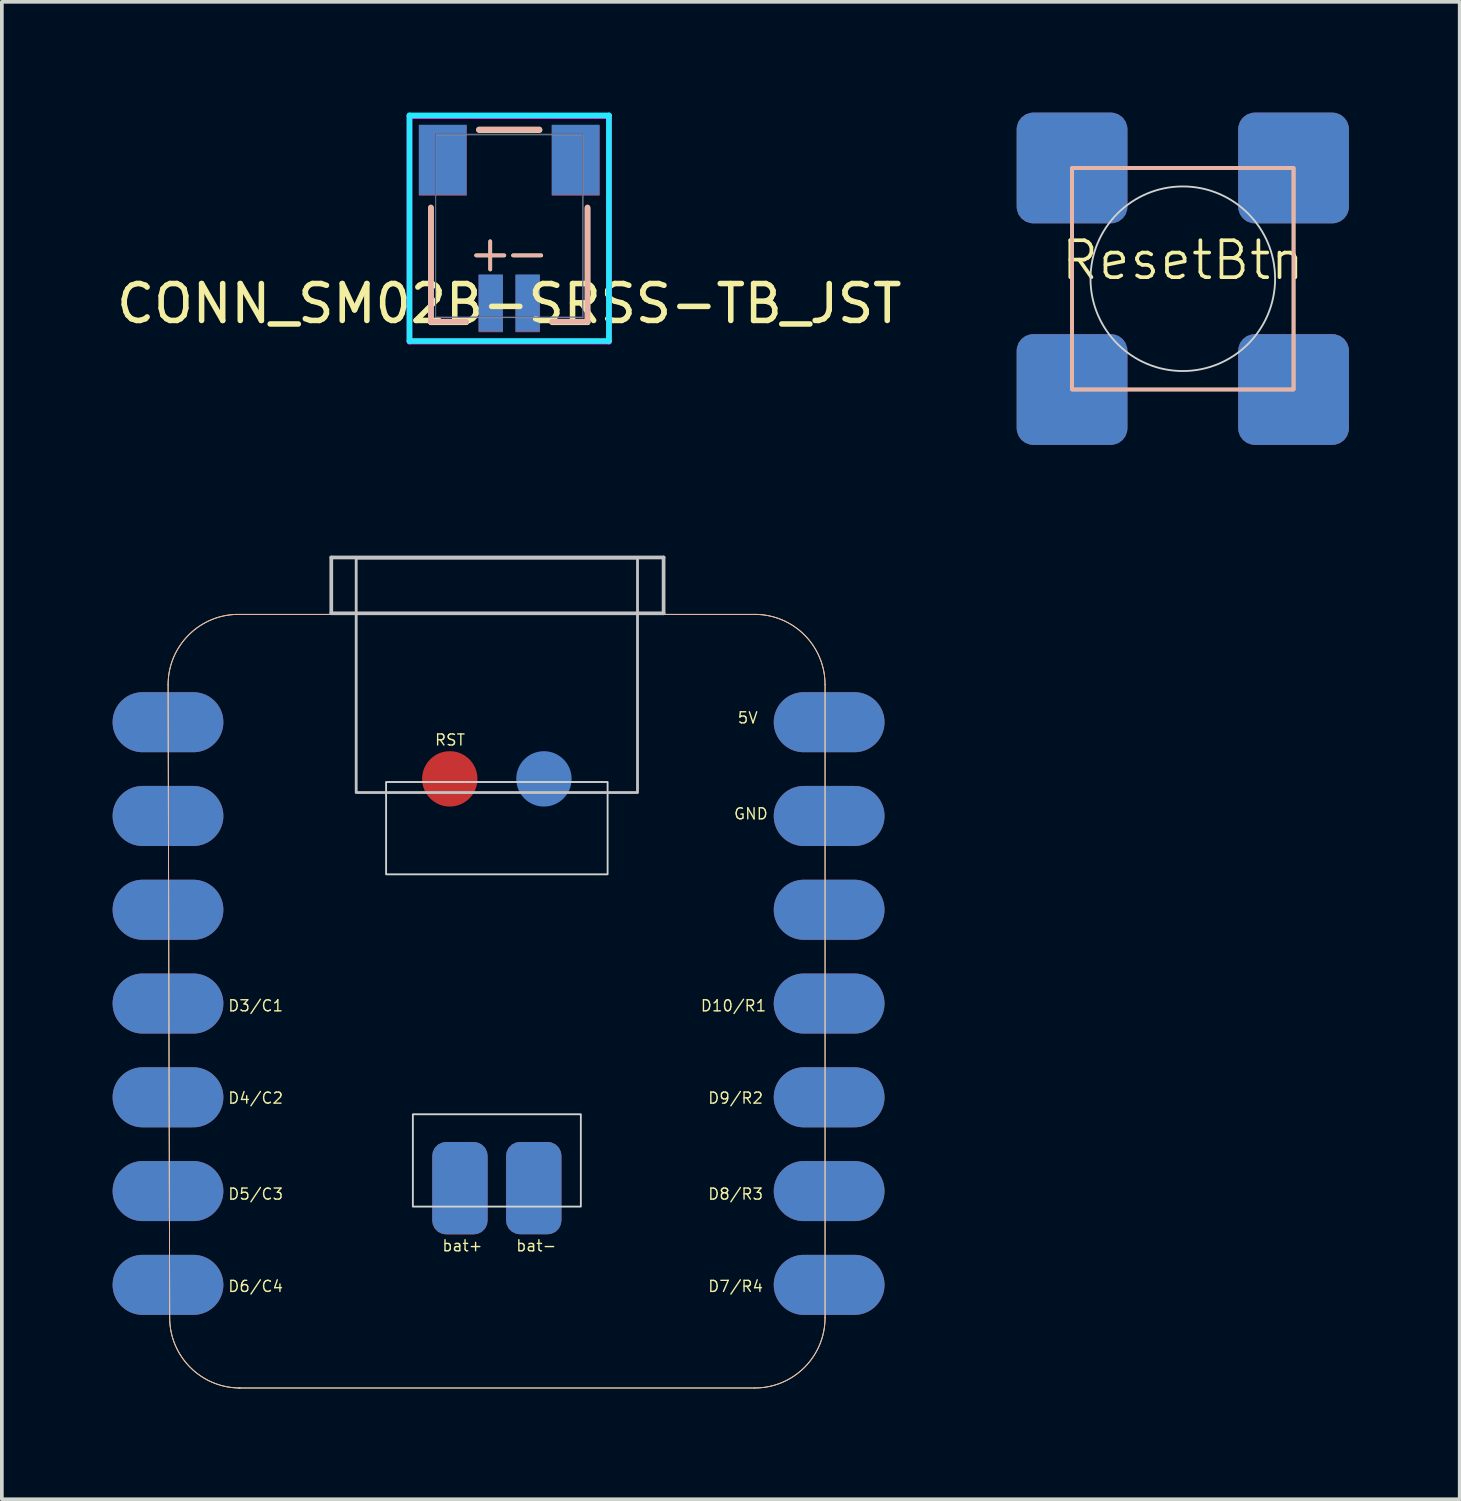
<source format=kicad_pcb>
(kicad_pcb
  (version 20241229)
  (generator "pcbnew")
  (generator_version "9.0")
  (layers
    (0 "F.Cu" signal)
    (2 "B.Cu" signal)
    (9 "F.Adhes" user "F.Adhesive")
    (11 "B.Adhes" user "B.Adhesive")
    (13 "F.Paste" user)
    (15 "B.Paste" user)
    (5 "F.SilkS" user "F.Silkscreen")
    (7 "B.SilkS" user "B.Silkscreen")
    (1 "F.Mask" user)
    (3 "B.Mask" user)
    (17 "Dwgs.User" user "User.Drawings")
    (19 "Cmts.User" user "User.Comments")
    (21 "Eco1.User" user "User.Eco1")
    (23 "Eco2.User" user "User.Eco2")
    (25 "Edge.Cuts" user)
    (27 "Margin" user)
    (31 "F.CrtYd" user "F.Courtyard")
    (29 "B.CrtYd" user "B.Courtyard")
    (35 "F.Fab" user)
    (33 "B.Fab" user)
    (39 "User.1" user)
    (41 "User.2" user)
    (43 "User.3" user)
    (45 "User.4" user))
  (footprint "seeed-xiao-nRF54L15"
    (layer "F.Cu")
    (at 10.408 24.068)
    (property "Reference" "seeed-xiao-nRF54L15" (at 0.952 9.64 180) (unlocked yes) (layer "User.4") (effects (font (size 0.203 0.254) (thickness 0.051))))
    (attr smd)
    (fp_line (start -8.862 8.573) (end -8.905 -8.572) (stroke (width 0.025) (type solid)) (layer "F.SilkS"))
    (fp_line (start -6.985 10.478) (end 6.985 10.478) (stroke (width 0.025) (type solid)) (layer "F.SilkS"))
    (fp_line (start 6.985 -10.477) (end -6.985 -10.477) (stroke (width 0.025) (type solid)) (layer "F.SilkS"))
    (fp_line (start 8.89 8.573) (end 8.89 -8.572) (stroke (width 0.025) (type solid)) (layer "F.SilkS"))
    (fp_arc (start -8.904962 -8.572038) (mid -8.347 -9.919076) (end -6.999962 -10.477038) (stroke (width 0.0254) (type solid)) (layer "F.SilkS"))
    (fp_arc (start -6.956962 10.477962) (mid -8.304 9.92) (end -8.861962 8.572962) (stroke (width 0.0254) (type solid)) (layer "F.SilkS"))
    (fp_arc (start 6.985038 -10.477038) (mid 8.332076 -9.919076) (end 8.890038 -8.572038) (stroke (width 0.0254) (type solid)) (layer "F.SilkS"))
    (fp_arc (start 8.890038 8.572962) (mid 8.332076 9.92) (end 6.985038 10.477962) (stroke (width 0.0254) (type solid)) (layer "F.SilkS"))
    (fp_line (start -8.862 8.573) (end -8.905 -8.572) (stroke (width 0.025) (type solid)) (layer "B.SilkS"))
    (fp_line (start -6.985 10.478) (end 6.985 10.478) (stroke (width 0.025) (type solid)) (layer "B.SilkS"))
    (fp_line (start 6.985 -10.477) (end -6.985 -10.477) (stroke (width 0.025) (type solid)) (layer "B.SilkS"))
    (fp_line (start 8.89 8.573) (end 8.89 -8.572) (stroke (width 0.025) (type solid)) (layer "B.SilkS"))
    (fp_arc (start -8.904962 -8.572038) (mid -8.347 -9.919076) (end -6.999962 -10.477038) (stroke (width 0.0254) (type solid)) (layer "B.SilkS"))
    (fp_arc (start -6.956962 10.477962) (mid -8.304 9.92) (end -8.861962 8.572962) (stroke (width 0.0254) (type solid)) (layer "B.SilkS"))
    (fp_arc (start 6.985038 -10.477038) (mid 8.332076 -9.919076) (end 8.890038 -8.572038) (stroke (width 0.0254) (type solid)) (layer "B.SilkS"))
    (fp_arc (start 8.890038 8.572962) (mid 8.332076 9.92) (end 6.985038 10.477962) (stroke (width 0.0254) (type solid)) (layer "B.SilkS"))
    (fp_line (start -4.485 -12.018) (end 4.516 -12.018) (stroke (width 0.1) (type solid)) (layer "Dwgs.User"))
    (fp_line (start -4.485 -10.516) (end -4.485 -12.018) (stroke (width 0.1) (type solid)) (layer "Dwgs.User"))
    (fp_line (start 4.516 -12.018) (end 4.516 -10.506) (stroke (width 0.1) (type solid)) (layer "Dwgs.User"))
    (fp_line (start 4.516 -10.506) (end -4.485 -10.506) (stroke (width 0.1) (type solid)) (layer "Dwgs.User"))
    (fp_rect (start -3.81 -12.001) (end 3.81 -5.651) (stroke (width 0.076) (type default)) (fill no) (layer "Dwgs.User"))
    (fp_rect (start -3 -5.936) (end 3 -3.436) (stroke (width 0.05) (type default)) (fill no) (layer "Edge.Cuts"))
    (fp_rect (start -2.275 3.064) (end 2.275 5.564) (stroke (width 0.05) (type default)) (fill no) (layer "Edge.Cuts"))
    (fp_circle (center -8.5 7.684) (end -8.5 7.557) (stroke (width 0.025) (type default)) (fill no) (layer "User.1"))
    (fp_circle (center 7.62 -7.556) (end 7.62 -7.429) (stroke (width 0.025) (type default)) (fill no) (layer "User.1"))
    (fp_text user "5V" (at 6.5 -7.5 0) (unlocked yes) (layer "F.SilkS") (effects (font (size 0.3 0.3) (thickness 0.037)) (justify left bottom)))
    (fp_text user "D6/C4" (at -7.3 7.9 0) (unlocked yes) (layer "F.SilkS") (effects (font (size 0.3 0.3) (thickness 0.037)) (justify left bottom)))
    (fp_text user "RST" (at -1.7 -6.9 0) (unlocked yes) (layer "F.SilkS") (effects (font (size 0.3 0.3) (thickness 0.037)) (justify left bottom)))
    (fp_text user "bat-" (at 0.5 6.8 0) (unlocked yes) (layer "F.SilkS") (effects (font (size 0.3 0.3) (thickness 0.037)) (justify left bottom)))
    (fp_text user "D3/C1" (at -7.3 0.3 0) (unlocked yes) (layer "F.SilkS") (effects (font (size 0.3 0.3) (thickness 0.037)) (justify left bottom)))
    (fp_text user "GND" (at 6.4 -4.9 0) (unlocked yes) (layer "F.SilkS") (effects (font (size 0.3 0.3) (thickness 0.037)) (justify left bottom)))
    (fp_text user "D8/R3" (at 5.7 5.4 0) (unlocked yes) (layer "F.SilkS") (effects (font (size 0.3 0.3) (thickness 0.037)) (justify left bottom)))
    (fp_text user "D7/R4" (at 5.7 7.9 0) (unlocked yes) (layer "F.SilkS") (effects (font (size 0.3 0.3) (thickness 0.037)) (justify left bottom)))
    (fp_text user "D10/R1" (at 5.5 0.3 0) (unlocked yes) (layer "F.SilkS") (effects (font (size 0.3 0.3) (thickness 0.037)) (justify left bottom)))
    (fp_text user "D9/R2" (at 5.7 2.8 0) (unlocked yes) (layer "F.SilkS") (effects (font (size 0.3 0.3) (thickness 0.037)) (justify left bottom)))
    (fp_text user "D5/C3" (at -7.3 5.4 0) (unlocked yes) (layer "F.SilkS") (effects (font (size 0.3 0.3) (thickness 0.037)) (justify left bottom)))
    (fp_text user "D4/C2" (at -7.3 2.8 0) (unlocked yes) (layer "F.SilkS") (effects (font (size 0.3 0.3) (thickness 0.037)) (justify left bottom)))
    (fp_text user "bat+" (at -1.5 6.8 0) (unlocked yes) (layer "F.SilkS") (effects (font (size 0.3 0.3) (thickness 0.037)) (justify left bottom)))
    (pad "1" smd oval (at -8.908 -7.556 90) (size 1.626 3) (layers "F.Cu" "F.Mask" "F.Paste"))
    (pad "1" smd oval (at -8.908 -7.556 90) (size 1.626 3) (layers "B.Cu" "B.Mask" "B.Paste"))
    (pad "2" smd oval (at -8.908 -5.016 90) (size 1.626 3) (layers "F.Cu" "F.Mask" "F.Paste"))
    (pad "2" smd oval (at -8.908 -5.016 90) (size 1.626 3) (layers "B.Cu" "B.Mask" "B.Paste"))
    (pad "3" smd oval (at -8.908 -2.476 90) (size 1.626 3) (layers "F.Cu" "F.Mask" "F.Paste"))
    (pad "3" smd oval (at -8.908 -2.476 90) (size 1.626 3) (layers "B.Cu" "B.Mask" "B.Paste"))
    (pad "4" smd oval (at -8.908 0.064 90) (size 1.626 3) (layers "F.Cu" "F.Mask" "F.Paste"))
    (pad "4" smd oval (at -8.908 0.064 90) (size 1.626 3) (layers "B.Cu" "B.Mask" "B.Paste"))
    (pad "5" smd oval (at -8.908 2.604 90) (size 1.626 3) (layers "F.Cu" "F.Mask" "F.Paste"))
    (pad "5" smd oval (at -8.908 2.604 90) (size 1.626 3) (layers "B.Cu" "B.Mask" "B.Paste"))
    (pad "6" smd oval (at -8.908 5.144 90) (size 1.626 3) (layers "F.Cu" "F.Mask" "F.Paste"))
    (pad "6" smd oval (at -8.908 5.144 90) (size 1.626 3) (layers "B.Cu" "B.Mask" "B.Paste"))
    (pad "7" smd oval (at -8.908 7.684 90) (size 1.626 3) (layers "F.Cu" "F.Mask" "F.Paste"))
    (pad "7" smd oval (at -8.908 7.684 90) (size 1.626 3) (layers "B.Cu" "B.Mask" "B.Paste"))
    (pad "8" smd oval (at 9 7.684 270) (size 1.626 3) (layers "F.Cu" "F.Mask" "F.Paste"))
    (pad "8" smd oval (at 9 7.684 270) (size 1.626 3) (layers "B.Cu" "B.Mask" "B.Paste"))
    (pad "9" smd oval (at 9 5.144 270) (size 1.626 3) (layers "F.Cu" "F.Mask" "F.Paste"))
    (pad "9" smd oval (at 9 5.144 270) (size 1.626 3) (layers "B.Cu" "B.Mask" "B.Paste"))
    (pad "10" smd oval (at 9 2.604 270) (size 1.626 3) (layers "F.Cu" "F.Mask" "F.Paste"))
    (pad "10" smd oval (at 9 2.604 270) (size 1.626 3) (layers "B.Cu" "B.Mask" "B.Paste"))
    (pad "11" smd oval (at 9 0.064 270) (size 1.626 3) (layers "F.Cu" "F.Mask" "F.Paste"))
    (pad "11" smd oval (at 9 0.064 270) (size 1.626 3) (layers "B.Cu" "B.Mask" "B.Paste"))
    (pad "12" smd oval (at 9 -2.476 270) (size 1.626 3) (layers "F.Cu" "F.Mask" "F.Paste"))
    (pad "12" smd oval (at 9 -2.476 270) (size 1.626 3) (layers "B.Cu" "B.Mask" "B.Paste"))
    (pad "13" smd oval (at 9 -5.016 270) (size 1.626 3) (layers "F.Cu" "F.Mask" "F.Paste"))
    (pad "13" smd oval (at 9 -5.016 270) (size 1.626 3) (layers "B.Cu" "B.Mask" "B.Paste"))
    (pad "14" smd oval (at 9 -7.556 270) (size 1.626 3) (layers "F.Cu" "F.Mask" "F.Paste"))
    (pad "14" smd oval (at 9 -7.556 270) (size 1.626 3) (layers "B.Cu" "B.Mask" "B.Paste"))
    (pad "15" smd roundrect (at 1 5.064 270) (size 2.5 1.5) (layers "F.Cu" "F.Mask" "F.Paste") (roundrect_rratio 0.25))
    (pad "15" smd roundrect (at 1 5.064 270) (size 2.5 1.5) (layers "B.Cu" "B.Mask" "B.Paste") (roundrect_rratio 0.25))
    (pad "16" smd roundrect (at -1 5.064 270) (size 2.5 1.5) (layers "B.Cu" "B.Mask" "B.Paste") (roundrect_rratio 0.25))
    (pad "16" smd roundrect (at -1 5.069 270) (size 2.5 1.5) (layers "F.Cu" "F.Mask" "F.Paste") (roundrect_rratio 0.25))
    (pad "17" smd circle (at -1.275 -6.021 270) (size 1.5 1.5) (layers "F.Cu" "F.Mask"))
    (pad "17" smd circle (at 1.275 -6.021 270) (size 1.5 1.5) (layers "B.Cu" "B.Mask")))
  (footprint "ResetBtn"
    (layer "F.Cu")
    (at 28.988 4.5)
    (property "Reference" "ResetBtn" (at 0 -0.5 0) (unlocked yes) (layer "F.SilkS") (effects (font (size 1 1) (thickness 0.1))))
    (attr smd)
    (fp_rect (start -3 -3) (end 3 3) (stroke (width 0.1) (type default)) (fill no) (layer "F.SilkS"))
    (fp_rect (start -3 -3) (end 3 3) (stroke (width 0.1) (type default)) (fill no) (layer "B.SilkS"))
    (fp_circle (center 0 0) (end 2 -1.5) (stroke (width 0.05) (type default)) (fill no) (layer "Edge.Cuts"))
    (pad "1" smd roundrect (at -3 -3) (size 3 3) (layers "F.Cu" "F.Mask" "F.Paste") (roundrect_rratio 0.15))
    (pad "1" smd roundrect (at -3 -3) (size 3 3) (layers "B.Cu" "B.Mask" "B.Paste") (roundrect_rratio 0.15))
    (pad "1" smd roundrect (at 3 -3) (size 3 3) (layers "B.Cu" "B.Mask" "B.Paste") (roundrect_rratio 0.15))
    (pad "2" smd roundrect (at 3 -3) (size 3 3) (layers "F.Cu" "F.Mask" "F.Paste") (roundrect_rratio 0.15))
    (pad "3" smd roundrect (at 3 3) (size 3 3) (layers "F.Cu" "F.Mask" "F.Paste") (roundrect_rratio 0.15))
    (pad "3" smd roundrect (at 3 3) (size 3 3) (layers "B.Cu" "B.Mask" "B.Paste") (roundrect_rratio 0.15))
    (pad "4" smd roundrect (at -3 3) (size 3 3) (layers "F.Cu" "F.Mask" "F.Paste") (roundrect_rratio 0.15))
    (pad "4" smd roundrect (at -3 3) (size 3 3) (layers "B.Cu" "B.Mask" "B.Paste") (roundrect_rratio 0.15)))
  (footprint "CONN_SM02B-SRSS-TB_JST"
    (layer "F.Cu")
    (at 10.744 3.076)
    (property "Reference" "CONN_SM02B-SRSS-TB_JST" (at 0 2.099 0) (unlocked yes) (layer "F.SilkS") (effects (font (size 1 1) (thickness 0.15))))
    (attr smd)
    (fp_line (start -2.121 -0.491) (end -2.121 2.603) (stroke (width 0.152) (type solid)) (layer "F.SilkS"))
    (fp_line (start -2.121 2.603) (end -1.163 2.603) (stroke (width 0.152) (type solid)) (layer "F.SilkS"))
    (fp_line (start 0.82 -2.603) (end -0.82 -2.603) (stroke (width 0.152) (type solid)) (layer "F.SilkS"))
    (fp_line (start 1.163 2.603) (end 2.121 2.603) (stroke (width 0.152) (type solid)) (layer "F.SilkS"))
    (fp_line (start 2.121 2.603) (end 2.121 -0.491) (stroke (width 0.152) (type solid)) (layer "F.SilkS"))
    (fp_line (start -2.123 2.587) (end -2.123 -0.508) (stroke (width 0.152) (type solid)) (layer "B.SilkS"))
    (fp_line (start -1.165 2.587) (end -2.123 2.587) (stroke (width 0.152) (type solid)) (layer "B.SilkS"))
    (fp_line (start -0.821 -2.62) (end 0.818 -2.62) (stroke (width 0.152) (type solid)) (layer "B.SilkS"))
    (fp_line (start 2.119 -0.508) (end 2.119 2.587) (stroke (width 0.152) (type solid)) (layer "B.SilkS"))
    (fp_line (start 2.119 2.587) (end 1.161 2.587) (stroke (width 0.152) (type solid)) (layer "B.SilkS"))
    (fp_line (start -2.703 -3) (end 2.7 -3) (stroke (width 0.152) (type solid)) (layer "B.CrtYd"))
    (fp_line (start -2.703 3.11) (end -2.703 -3) (stroke (width 0.152) (type solid)) (layer "B.CrtYd"))
    (fp_line (start 2.7 -3) (end 2.7 3.11) (stroke (width 0.152) (type solid)) (layer "B.CrtYd"))
    (fp_line (start 2.7 3.11) (end -2.703 3.11) (stroke (width 0.152) (type solid)) (layer "B.CrtYd"))
    (fp_line (start -2.702 -2.983) (end -2.702 3.127) (stroke (width 0.152) (type solid)) (layer "F.CrtYd"))
    (fp_line (start -2.702 3.127) (end 2.702 3.127) (stroke (width 0.152) (type solid)) (layer "F.CrtYd"))
    (fp_line (start 2.702 -2.983) (end -2.702 -2.983) (stroke (width 0.152) (type solid)) (layer "F.CrtYd"))
    (fp_line (start 2.702 3.127) (end 2.702 -2.983) (stroke (width 0.152) (type solid)) (layer "F.CrtYd"))
    (fp_line (start -1.996 -2.493) (end 1.992 -2.493) (stroke (width 0.025) (type solid)) (layer "B.Fab"))
    (fp_line (start -1.996 2.46) (end -1.996 -2.493) (stroke (width 0.025) (type solid)) (layer "B.Fab"))
    (fp_line (start 1.992 -2.493) (end 1.992 2.46) (stroke (width 0.025) (type solid)) (layer "B.Fab"))
    (fp_line (start 1.992 2.46) (end -1.996 2.46) (stroke (width 0.025) (type solid)) (layer "B.Fab"))
    (fp_line (start -1.994 -2.477) (end -1.994 2.477) (stroke (width 0.025) (type solid)) (layer "F.Fab"))
    (fp_line (start -1.994 2.477) (end 1.994 2.477) (stroke (width 0.025) (type solid)) (layer "F.Fab"))
    (fp_line (start 1.994 -2.477) (end -1.994 -2.477) (stroke (width 0.025) (type solid)) (layer "F.Fab"))
    (fp_line (start 1.994 2.477) (end 1.994 -2.477) (stroke (width 0.025) (type solid)) (layer "F.Fab"))
    (fp_text user "-" (at -0.2 1.3 0) (unlocked yes) (layer "F.SilkS") (effects (font (size 1 1) (thickness 0.1)) (justify left bottom)))
    (fp_text user "+" (at -1.2 1.3 0) (unlocked yes) (layer "F.SilkS") (effects (font (size 1 1) (thickness 0.1)) (justify left bottom)))
    (fp_text user "+" (at -1.2 1.3 0) (unlocked yes) (layer "B.SilkS") (effects (font (size 1 1) (thickness 0.1)) (justify left bottom)))
    (fp_text user "-" (at -0.2 1.3 0) (unlocked yes) (layer "B.SilkS") (effects (font (size 1 1) (thickness 0.1)) (justify left bottom)))
    (pad "1" smd rect (at -0.502 2.082) (size 0.66 1.549) (layers "B.Cu" "B.Mask" "B.Paste"))
    (pad "1" smd rect (at -0.5 2.099) (size 0.66 1.549) (layers "F.Cu" "F.Mask" "F.Paste"))
    (pad "2" smd rect (at 0.498 2.082) (size 0.66 1.549) (layers "B.Cu" "B.Mask" "B.Paste"))
    (pad "2" smd rect (at 0.5 2.099) (size 0.66 1.549) (layers "F.Cu" "F.Mask" "F.Paste"))
    (pad "3" smd rect (at -1.8 -1.777) (size 1.295 1.905) (layers "F.Cu" "F.Mask" "F.Paste"))
    (pad "3" smd rect (at 1.798 -1.794) (size 1.295 1.905) (layers "B.Cu" "B.Mask" "B.Paste"))
    (pad "4" smd rect (at -1.802 -1.794) (size 1.295 1.905) (layers "B.Cu" "B.Mask" "B.Paste"))
    (pad "4" smd rect (at 1.8 -1.777) (size 1.295 1.905) (layers "F.Cu" "F.Mask" "F.Paste")))
  (gr_rect
    (start -3 -3)
    (end 36.488 37.559)
    (stroke (width 0.1) (type default))
    (fill no)
    (layer "Edge.Cuts")))
</source>
